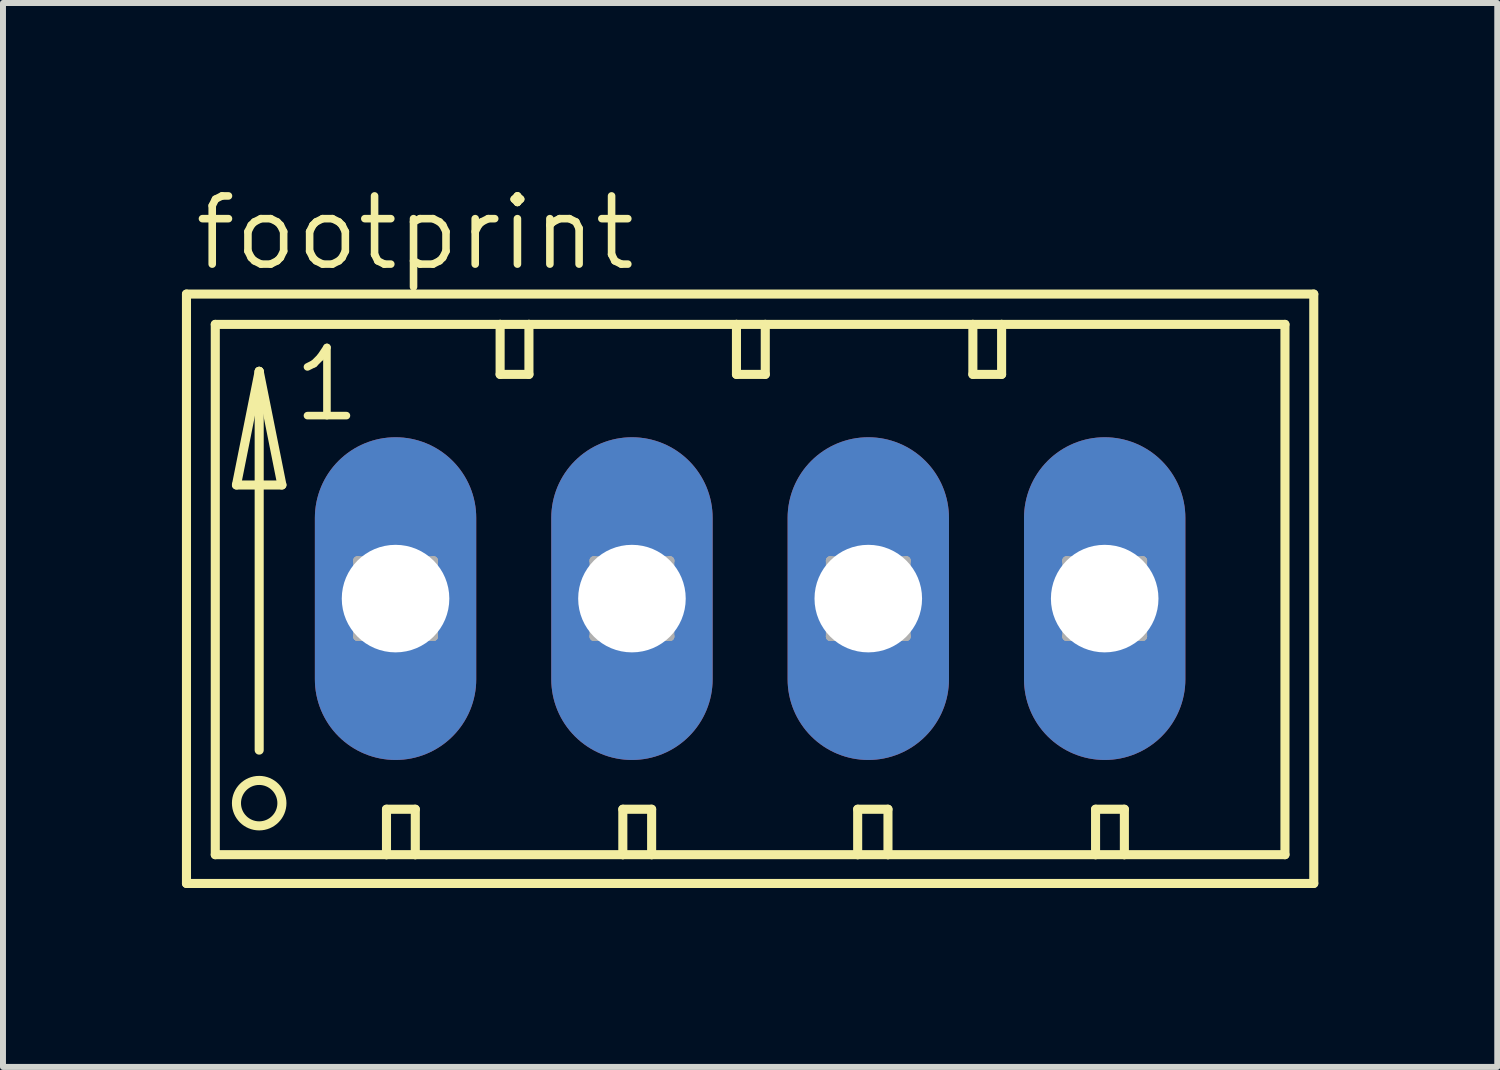
<source format=kicad_pcb>
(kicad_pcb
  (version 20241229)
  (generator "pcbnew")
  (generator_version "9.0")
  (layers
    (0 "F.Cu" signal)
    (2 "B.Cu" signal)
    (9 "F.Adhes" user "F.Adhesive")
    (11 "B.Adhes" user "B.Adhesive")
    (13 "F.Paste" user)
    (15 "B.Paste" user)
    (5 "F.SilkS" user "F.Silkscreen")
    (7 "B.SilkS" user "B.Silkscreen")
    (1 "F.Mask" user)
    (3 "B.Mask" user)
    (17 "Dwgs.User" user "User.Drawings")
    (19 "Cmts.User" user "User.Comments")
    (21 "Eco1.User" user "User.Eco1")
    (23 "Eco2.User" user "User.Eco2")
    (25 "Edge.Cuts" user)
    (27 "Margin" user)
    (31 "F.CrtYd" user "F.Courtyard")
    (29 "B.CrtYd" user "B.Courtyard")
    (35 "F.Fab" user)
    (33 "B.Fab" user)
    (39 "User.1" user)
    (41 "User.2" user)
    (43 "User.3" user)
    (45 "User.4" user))
  (footprint "footprint"
    (layer "F.Cu")
    (at 9.525 6.985)
    (property "Reference" "footprint" (at -9.373 -5.461 0) (layer "F.SilkS") (effects (font (size 1.143 1.143) (thickness 0.127)) (justify left bottom)))
    (fp_line (start -9.449 -5.105) (end -9.449 4.775) (stroke (width 0.152) (type solid)) (layer "F.SilkS"))
    (fp_line (start -9.449 4.775) (end 9.449 4.775) (stroke (width 0.152) (type solid)) (layer "F.SilkS"))
    (fp_line (start -8.966 -4.597) (end -8.966 4.293) (stroke (width 0.152) (type solid)) (layer "F.SilkS"))
    (fp_line (start -8.966 4.293) (end -6.096 4.293) (stroke (width 0.152) (type solid)) (layer "F.SilkS"))
    (fp_line (start -8.611 -1.905) (end -7.849 -1.905) (stroke (width 0.152) (type solid)) (layer "F.SilkS"))
    (fp_line (start -8.23 -3.81) (end -8.611 -1.905) (stroke (width 0.152) (type solid)) (layer "F.SilkS"))
    (fp_line (start -8.23 -3.81) (end -7.849 -1.905) (stroke (width 0.152) (type solid)) (layer "F.SilkS"))
    (fp_line (start -8.23 2.54) (end -8.23 -3.81) (stroke (width 0.152) (type solid)) (layer "F.SilkS"))
    (fp_line (start -6.096 3.531) (end -5.613 3.531) (stroke (width 0.152) (type solid)) (layer "F.SilkS"))
    (fp_line (start -6.096 4.293) (end -6.096 3.531) (stroke (width 0.152) (type solid)) (layer "F.SilkS"))
    (fp_line (start -6.096 4.293) (end -5.613 4.293) (stroke (width 0.152) (type solid)) (layer "F.SilkS"))
    (fp_line (start -5.613 4.293) (end -5.613 3.531) (stroke (width 0.152) (type solid)) (layer "F.SilkS"))
    (fp_line (start -5.613 4.293) (end -2.134 4.293) (stroke (width 0.152) (type solid)) (layer "F.SilkS"))
    (fp_line (start -4.191 -4.597) (end -8.966 -4.597) (stroke (width 0.152) (type solid)) (layer "F.SilkS"))
    (fp_line (start -4.191 -4.597) (end -4.191 -3.759) (stroke (width 0.152) (type solid)) (layer "F.SilkS"))
    (fp_line (start -4.191 -3.759) (end -3.708 -3.759) (stroke (width 0.152) (type solid)) (layer "F.SilkS"))
    (fp_line (start -3.708 -4.597) (end -4.191 -4.597) (stroke (width 0.152) (type solid)) (layer "F.SilkS"))
    (fp_line (start -3.708 -3.759) (end -3.708 -4.597) (stroke (width 0.152) (type solid)) (layer "F.SilkS"))
    (fp_line (start -2.134 3.531) (end -2.134 4.293) (stroke (width 0.152) (type solid)) (layer "F.SilkS"))
    (fp_line (start -2.134 3.531) (end -1.651 3.531) (stroke (width 0.152) (type solid)) (layer "F.SilkS"))
    (fp_line (start -2.134 4.293) (end -1.651 4.293) (stroke (width 0.152) (type solid)) (layer "F.SilkS"))
    (fp_line (start -1.651 3.531) (end -1.651 4.293) (stroke (width 0.152) (type solid)) (layer "F.SilkS"))
    (fp_line (start -1.651 4.293) (end 1.803 4.293) (stroke (width 0.152) (type solid)) (layer "F.SilkS"))
    (fp_line (start -0.229 -4.597) (end -3.708 -4.597) (stroke (width 0.152) (type solid)) (layer "F.SilkS"))
    (fp_line (start -0.229 -3.759) (end -0.229 -4.597) (stroke (width 0.152) (type solid)) (layer "F.SilkS"))
    (fp_line (start -0.229 -3.759) (end 0.254 -3.759) (stroke (width 0.152) (type solid)) (layer "F.SilkS"))
    (fp_line (start 0.254 -4.597) (end -0.229 -4.597) (stroke (width 0.152) (type solid)) (layer "F.SilkS"))
    (fp_line (start 0.254 -3.759) (end 0.254 -4.597) (stroke (width 0.152) (type solid)) (layer "F.SilkS"))
    (fp_line (start 1.803 3.531) (end 1.803 4.293) (stroke (width 0.152) (type solid)) (layer "F.SilkS"))
    (fp_line (start 1.803 3.531) (end 2.311 3.531) (stroke (width 0.152) (type solid)) (layer "F.SilkS"))
    (fp_line (start 1.803 4.293) (end 2.311 4.293) (stroke (width 0.152) (type solid)) (layer "F.SilkS"))
    (fp_line (start 2.311 3.531) (end 2.311 4.293) (stroke (width 0.152) (type solid)) (layer "F.SilkS"))
    (fp_line (start 2.311 4.293) (end 5.791 4.293) (stroke (width 0.152) (type solid)) (layer "F.SilkS"))
    (fp_line (start 3.734 -4.597) (end 0.254 -4.597) (stroke (width 0.152) (type solid)) (layer "F.SilkS"))
    (fp_line (start 3.734 -3.759) (end 3.734 -4.597) (stroke (width 0.152) (type solid)) (layer "F.SilkS"))
    (fp_line (start 3.734 -3.759) (end 4.216 -3.759) (stroke (width 0.152) (type solid)) (layer "F.SilkS"))
    (fp_line (start 4.216 -4.597) (end 3.734 -4.597) (stroke (width 0.152) (type solid)) (layer "F.SilkS"))
    (fp_line (start 4.216 -3.759) (end 4.216 -4.597) (stroke (width 0.152) (type solid)) (layer "F.SilkS"))
    (fp_line (start 5.791 3.531) (end 5.791 4.293) (stroke (width 0.152) (type solid)) (layer "F.SilkS"))
    (fp_line (start 5.791 3.531) (end 6.274 3.531) (stroke (width 0.152) (type solid)) (layer "F.SilkS"))
    (fp_line (start 5.791 4.293) (end 6.274 4.293) (stroke (width 0.152) (type solid)) (layer "F.SilkS"))
    (fp_line (start 6.274 3.531) (end 6.274 4.293) (stroke (width 0.152) (type solid)) (layer "F.SilkS"))
    (fp_line (start 6.274 4.293) (end 8.966 4.293) (stroke (width 0.152) (type solid)) (layer "F.SilkS"))
    (fp_line (start 8.966 -4.597) (end 4.216 -4.597) (stroke (width 0.152) (type solid)) (layer "F.SilkS"))
    (fp_line (start 8.966 4.293) (end 8.966 -4.597) (stroke (width 0.152) (type solid)) (layer "F.SilkS"))
    (fp_line (start 9.449 -5.105) (end -9.449 -5.105) (stroke (width 0.152) (type solid)) (layer "F.SilkS"))
    (fp_line (start 9.449 4.775) (end 9.449 -5.105) (stroke (width 0.152) (type solid)) (layer "F.SilkS"))
    (fp_circle (center -8.23 3.429) (end -7.849 3.429) (stroke (width 0.152) (type solid)) (fill no) (layer "F.SilkS"))
    (fp_line (start -6.579 -0.635) (end -6.579 0.635) (stroke (width 0.152) (type solid)) (layer "F.Fab"))
    (fp_line (start -6.579 -0.635) (end -5.309 0.635) (stroke (width 0.152) (type solid)) (layer "F.Fab"))
    (fp_line (start -6.579 0.635) (end -5.309 0.635) (stroke (width 0.152) (type solid)) (layer "F.Fab"))
    (fp_line (start -5.309 -0.635) (end -6.579 -0.635) (stroke (width 0.152) (type solid)) (layer "F.Fab"))
    (fp_line (start -5.309 -0.635) (end -6.579 0.635) (stroke (width 0.152) (type solid)) (layer "F.Fab"))
    (fp_line (start -5.309 0.635) (end -5.309 -0.635) (stroke (width 0.152) (type solid)) (layer "F.Fab"))
    (fp_line (start -2.616 -0.635) (end -2.616 0.635) (stroke (width 0.152) (type solid)) (layer "F.Fab"))
    (fp_line (start -2.616 -0.635) (end -1.346 0.635) (stroke (width 0.152) (type solid)) (layer "F.Fab"))
    (fp_line (start -2.616 0.635) (end -1.346 0.635) (stroke (width 0.152) (type solid)) (layer "F.Fab"))
    (fp_line (start -1.346 -0.635) (end -2.616 -0.635) (stroke (width 0.152) (type solid)) (layer "F.Fab"))
    (fp_line (start -1.346 -0.635) (end -2.616 0.635) (stroke (width 0.152) (type solid)) (layer "F.Fab"))
    (fp_line (start -1.346 0.635) (end -1.346 -0.635) (stroke (width 0.152) (type solid)) (layer "F.Fab"))
    (fp_line (start 1.346 -0.635) (end 1.346 0.635) (stroke (width 0.152) (type solid)) (layer "F.Fab"))
    (fp_line (start 1.346 -0.635) (end 2.616 0.635) (stroke (width 0.152) (type solid)) (layer "F.Fab"))
    (fp_line (start 1.346 0.635) (end 2.616 0.635) (stroke (width 0.152) (type solid)) (layer "F.Fab"))
    (fp_line (start 2.616 -0.635) (end 1.346 -0.635) (stroke (width 0.152) (type solid)) (layer "F.Fab"))
    (fp_line (start 2.616 -0.635) (end 1.346 0.635) (stroke (width 0.152) (type solid)) (layer "F.Fab"))
    (fp_line (start 2.616 0.635) (end 2.616 -0.635) (stroke (width 0.152) (type solid)) (layer "F.Fab"))
    (fp_line (start 5.309 -0.635) (end 5.309 0.635) (stroke (width 0.152) (type solid)) (layer "F.Fab"))
    (fp_line (start 5.309 -0.635) (end 6.579 0.635) (stroke (width 0.152) (type solid)) (layer "F.Fab"))
    (fp_line (start 5.309 0.635) (end 6.579 0.635) (stroke (width 0.152) (type solid)) (layer "F.Fab"))
    (fp_line (start 6.579 -0.635) (end 5.309 -0.635) (stroke (width 0.152) (type solid)) (layer "F.Fab"))
    (fp_line (start 6.579 -0.635) (end 5.309 0.635) (stroke (width 0.152) (type solid)) (layer "F.Fab"))
    (fp_line (start 6.579 0.635) (end 6.579 -0.635) (stroke (width 0.152) (type solid)) (layer "F.Fab"))
    (fp_text user "1" (at -7.722 -2.921 0) (layer "F.SilkS") (effects (font (size 1.143 1.143) (thickness 0.127)) (justify left bottom)))
    (pad "1" thru_hole oval (at -5.944 0 90) (size 5.41 2.705) (drill 1.803) (layers "*.Cu" "*.Mask"))
    (pad "2" thru_hole oval (at -1.981 0 90) (size 5.41 2.705) (drill 1.803) (layers "*.Cu" "*.Mask"))
    (pad "3" thru_hole oval (at 1.981 0 90) (size 5.41 2.705) (drill 1.803) (layers "*.Cu" "*.Mask"))
    (pad "4" thru_hole oval (at 5.944 0 90) (size 5.41 2.705) (drill 1.803) (layers "*.Cu" "*.Mask")))
  (gr_rect
    (start -3 -3)
    (end 22.05 14.836)
    (stroke (width 0.1) (type default))
    (fill no)
    (layer "Edge.Cuts")))
</source>
